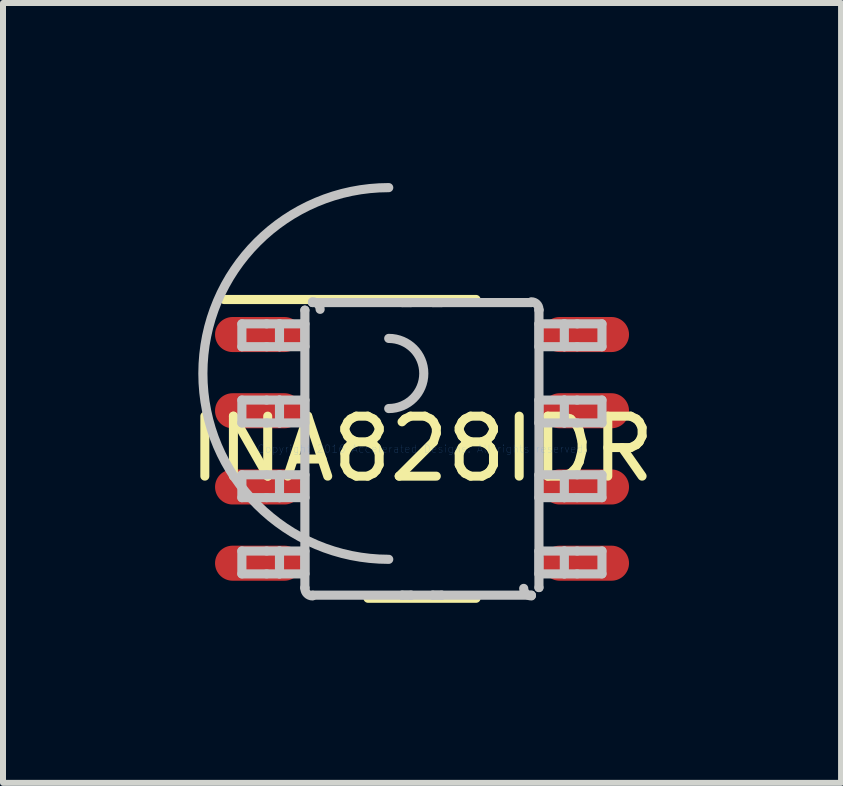
<source format=kicad_pcb>
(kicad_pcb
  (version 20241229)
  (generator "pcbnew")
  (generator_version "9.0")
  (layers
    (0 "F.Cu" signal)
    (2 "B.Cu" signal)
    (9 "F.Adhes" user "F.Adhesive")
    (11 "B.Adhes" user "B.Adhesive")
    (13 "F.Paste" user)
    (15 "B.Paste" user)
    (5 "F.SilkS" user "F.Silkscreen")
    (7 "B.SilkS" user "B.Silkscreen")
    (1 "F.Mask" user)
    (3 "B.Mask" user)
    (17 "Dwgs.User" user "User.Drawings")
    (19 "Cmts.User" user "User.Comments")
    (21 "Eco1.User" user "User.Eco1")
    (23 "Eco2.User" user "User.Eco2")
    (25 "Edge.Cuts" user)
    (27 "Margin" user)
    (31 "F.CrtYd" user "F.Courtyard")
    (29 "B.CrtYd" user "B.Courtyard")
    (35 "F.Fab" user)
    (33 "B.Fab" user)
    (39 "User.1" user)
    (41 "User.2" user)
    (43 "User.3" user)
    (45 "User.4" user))
  (footprint "INA828IDR"
    (layer "F.Cu")
    (at 3.982 4.429)
    (property "Reference" "INA828IDR" (at 0 0 0) (layer "F.SilkS") (effects (font (size 1 1) (thickness 0.15))))
    (attr through_hole)
    (fp_line (start -3.3 -2.489) (end 0.9 -2.489) (stroke (width 0.152) (type solid)) (layer "F.SilkS"))
    (fp_line (start -0.9 2.489) (end 0.9 2.489) (stroke (width 0.152) (type solid)) (layer "F.SilkS"))
    (fp_line (start -3.002 -2.083) (end -2.589 -2.083) (stroke (width 0.152) (type solid)) (layer "Dwgs.User"))
    (fp_line (start -3.002 -1.702) (end -3.002 -2.083) (stroke (width 0.152) (type solid)) (layer "Dwgs.User"))
    (fp_line (start -3.002 -1.702) (end -2.589 -1.702) (stroke (width 0.152) (type solid)) (layer "Dwgs.User"))
    (fp_line (start -3.002 -0.813) (end -2.589 -0.813) (stroke (width 0.152) (type solid)) (layer "Dwgs.User"))
    (fp_line (start -3.002 -0.432) (end -3.002 -0.813) (stroke (width 0.152) (type solid)) (layer "Dwgs.User"))
    (fp_line (start -3.002 -0.432) (end -2.589 -0.432) (stroke (width 0.152) (type solid)) (layer "Dwgs.User"))
    (fp_line (start -3.002 0.432) (end -2.589 0.432) (stroke (width 0.152) (type solid)) (layer "Dwgs.User"))
    (fp_line (start -3.002 0.813) (end -3.002 0.432) (stroke (width 0.152) (type solid)) (layer "Dwgs.User"))
    (fp_line (start -3.002 0.813) (end -2.589 0.813) (stroke (width 0.152) (type solid)) (layer "Dwgs.User"))
    (fp_line (start -3.002 1.702) (end -2.589 1.702) (stroke (width 0.152) (type solid)) (layer "Dwgs.User"))
    (fp_line (start -3.002 2.083) (end -3.002 1.702) (stroke (width 0.152) (type solid)) (layer "Dwgs.User"))
    (fp_line (start -3.002 2.083) (end -2.589 2.083) (stroke (width 0.152) (type solid)) (layer "Dwgs.User"))
    (fp_line (start -2.589 -2.083) (end -2.375 -2.083) (stroke (width 0.152) (type solid)) (layer "Dwgs.User"))
    (fp_line (start -2.589 -1.702) (end -2.375 -1.702) (stroke (width 0.152) (type solid)) (layer "Dwgs.User"))
    (fp_line (start -2.589 -0.813) (end -2.375 -0.813) (stroke (width 0.152) (type solid)) (layer "Dwgs.User"))
    (fp_line (start -2.589 -0.432) (end -2.375 -0.432) (stroke (width 0.152) (type solid)) (layer "Dwgs.User"))
    (fp_line (start -2.589 0.432) (end -2.375 0.432) (stroke (width 0.152) (type solid)) (layer "Dwgs.User"))
    (fp_line (start -2.589 0.813) (end -2.375 0.813) (stroke (width 0.152) (type solid)) (layer "Dwgs.User"))
    (fp_line (start -2.589 1.702) (end -2.375 1.702) (stroke (width 0.152) (type solid)) (layer "Dwgs.User"))
    (fp_line (start -2.589 2.083) (end -2.375 2.083) (stroke (width 0.152) (type solid)) (layer "Dwgs.User"))
    (fp_line (start -2.375 -2.083) (end -1.995 -2.083) (stroke (width 0.152) (type solid)) (layer "Dwgs.User"))
    (fp_line (start -2.375 -1.702) (end -2.375 -2.083) (stroke (width 0.152) (type solid)) (layer "Dwgs.User"))
    (fp_line (start -2.375 -1.702) (end -1.995 -1.702) (stroke (width 0.152) (type solid)) (layer "Dwgs.User"))
    (fp_line (start -2.375 -0.813) (end -1.995 -0.813) (stroke (width 0.152) (type solid)) (layer "Dwgs.User"))
    (fp_line (start -2.375 -0.432) (end -2.375 -0.813) (stroke (width 0.152) (type solid)) (layer "Dwgs.User"))
    (fp_line (start -2.375 -0.432) (end -1.995 -0.432) (stroke (width 0.152) (type solid)) (layer "Dwgs.User"))
    (fp_line (start -2.375 0.432) (end -1.995 0.432) (stroke (width 0.152) (type solid)) (layer "Dwgs.User"))
    (fp_line (start -2.375 0.813) (end -2.375 0.432) (stroke (width 0.152) (type solid)) (layer "Dwgs.User"))
    (fp_line (start -2.375 0.813) (end -1.995 0.813) (stroke (width 0.152) (type solid)) (layer "Dwgs.User"))
    (fp_line (start -2.375 1.702) (end -1.995 1.702) (stroke (width 0.152) (type solid)) (layer "Dwgs.User"))
    (fp_line (start -2.375 2.083) (end -2.375 1.702) (stroke (width 0.152) (type solid)) (layer "Dwgs.User"))
    (fp_line (start -2.375 2.083) (end -1.995 2.083) (stroke (width 0.152) (type solid)) (layer "Dwgs.User"))
    (fp_line (start -1.995 -2.083) (end -1.952 -2.083) (stroke (width 0.152) (type solid)) (layer "Dwgs.User"))
    (fp_line (start -1.995 -1.702) (end -1.952 -1.702) (stroke (width 0.152) (type solid)) (layer "Dwgs.User"))
    (fp_line (start -1.995 -0.813) (end -1.952 -0.813) (stroke (width 0.152) (type solid)) (layer "Dwgs.User"))
    (fp_line (start -1.995 -0.432) (end -1.952 -0.432) (stroke (width 0.152) (type solid)) (layer "Dwgs.User"))
    (fp_line (start -1.995 0.432) (end -1.952 0.432) (stroke (width 0.152) (type solid)) (layer "Dwgs.User"))
    (fp_line (start -1.995 0.813) (end -1.952 0.813) (stroke (width 0.152) (type solid)) (layer "Dwgs.User"))
    (fp_line (start -1.995 1.702) (end -1.952 1.702) (stroke (width 0.152) (type solid)) (layer "Dwgs.User"))
    (fp_line (start -1.995 2.083) (end -1.952 2.083) (stroke (width 0.152) (type solid)) (layer "Dwgs.User"))
    (fp_line (start -1.952 -2.311) (end -1.952 -2.311) (stroke (width 0.152) (type solid)) (layer "Dwgs.User"))
    (fp_line (start -1.952 -1.702) (end -1.952 -2.083) (stroke (width 0.152) (type solid)) (layer "Dwgs.User"))
    (fp_line (start -1.952 -0.432) (end -1.952 -0.813) (stroke (width 0.152) (type solid)) (layer "Dwgs.User"))
    (fp_line (start -1.952 0.813) (end -1.952 0.432) (stroke (width 0.152) (type solid)) (layer "Dwgs.User"))
    (fp_line (start -1.952 2.083) (end -1.952 1.702) (stroke (width 0.152) (type solid)) (layer "Dwgs.User"))
    (fp_line (start -1.952 2.311) (end -1.952 -2.311) (stroke (width 0.152) (type solid)) (layer "Dwgs.User"))
    (fp_line (start -1.952 2.311) (end -1.952 2.311) (stroke (width 0.152) (type solid)) (layer "Dwgs.User"))
    (fp_line (start -1.826 -2.438) (end -1.825 -2.438) (stroke (width 0.152) (type solid)) (layer "Dwgs.User"))
    (fp_line (start -1.826 2.438) (end -1.825 2.438) (stroke (width 0.152) (type solid)) (layer "Dwgs.User"))
    (fp_line (start -1.825 -2.438) (end -0.332 -2.438) (stroke (width 0.152) (type solid)) (layer "Dwgs.User"))
    (fp_line (start -1.825 2.438) (end -0.332 2.438) (stroke (width 0.152) (type solid)) (layer "Dwgs.User"))
    (fp_line (start -0.332 -2.438) (end -0.182 -2.438) (stroke (width 0.152) (type solid)) (layer "Dwgs.User"))
    (fp_line (start -0.332 -2.438) (end -0.182 -2.438) (stroke (width 0.152) (type solid)) (layer "Dwgs.User"))
    (fp_line (start -0.332 2.438) (end -0.182 2.438) (stroke (width 0.152) (type solid)) (layer "Dwgs.User"))
    (fp_line (start -0.332 2.438) (end -0.182 2.438) (stroke (width 0.152) (type solid)) (layer "Dwgs.User"))
    (fp_line (start -0.182 -2.438) (end 0.178 -2.438) (stroke (width 0.152) (type solid)) (layer "Dwgs.User"))
    (fp_line (start -0.182 2.438) (end 0.178 2.438) (stroke (width 0.152) (type solid)) (layer "Dwgs.User"))
    (fp_line (start 0.178 -2.438) (end 0.328 -2.438) (stroke (width 0.152) (type solid)) (layer "Dwgs.User"))
    (fp_line (start 0.178 -2.438) (end 0.328 -2.438) (stroke (width 0.152) (type solid)) (layer "Dwgs.User"))
    (fp_line (start 0.178 2.438) (end 0.328 2.438) (stroke (width 0.152) (type solid)) (layer "Dwgs.User"))
    (fp_line (start 0.178 2.438) (end 0.328 2.438) (stroke (width 0.152) (type solid)) (layer "Dwgs.User"))
    (fp_line (start 0.328 -2.438) (end 1.821 -2.438) (stroke (width 0.152) (type solid)) (layer "Dwgs.User"))
    (fp_line (start 0.328 2.438) (end 1.821 2.438) (stroke (width 0.152) (type solid)) (layer "Dwgs.User"))
    (fp_line (start 1.821 -2.438) (end 1.822 -2.438) (stroke (width 0.152) (type solid)) (layer "Dwgs.User"))
    (fp_line (start 1.821 2.438) (end 1.822 2.438) (stroke (width 0.152) (type solid)) (layer "Dwgs.User"))
    (fp_line (start 1.948 -2.311) (end 1.948 -2.311) (stroke (width 0.152) (type solid)) (layer "Dwgs.User"))
    (fp_line (start 1.948 -2.083) (end 1.991 -2.083) (stroke (width 0.152) (type solid)) (layer "Dwgs.User"))
    (fp_line (start 1.948 -1.702) (end 1.948 -2.083) (stroke (width 0.152) (type solid)) (layer "Dwgs.User"))
    (fp_line (start 1.948 -1.702) (end 1.991 -1.702) (stroke (width 0.152) (type solid)) (layer "Dwgs.User"))
    (fp_line (start 1.948 -0.813) (end 1.991 -0.813) (stroke (width 0.152) (type solid)) (layer "Dwgs.User"))
    (fp_line (start 1.948 -0.432) (end 1.948 -0.813) (stroke (width 0.152) (type solid)) (layer "Dwgs.User"))
    (fp_line (start 1.948 -0.432) (end 1.991 -0.432) (stroke (width 0.152) (type solid)) (layer "Dwgs.User"))
    (fp_line (start 1.948 0.432) (end 1.991 0.432) (stroke (width 0.152) (type solid)) (layer "Dwgs.User"))
    (fp_line (start 1.948 0.813) (end 1.948 0.432) (stroke (width 0.152) (type solid)) (layer "Dwgs.User"))
    (fp_line (start 1.948 0.813) (end 1.991 0.813) (stroke (width 0.152) (type solid)) (layer "Dwgs.User"))
    (fp_line (start 1.948 1.702) (end 1.991 1.702) (stroke (width 0.152) (type solid)) (layer "Dwgs.User"))
    (fp_line (start 1.948 2.083) (end 1.948 1.702) (stroke (width 0.152) (type solid)) (layer "Dwgs.User"))
    (fp_line (start 1.948 2.083) (end 1.991 2.083) (stroke (width 0.152) (type solid)) (layer "Dwgs.User"))
    (fp_line (start 1.948 2.311) (end 1.948 -2.311) (stroke (width 0.152) (type solid)) (layer "Dwgs.User"))
    (fp_line (start 1.948 2.311) (end 1.948 2.311) (stroke (width 0.152) (type solid)) (layer "Dwgs.User"))
    (fp_line (start 1.991 -2.083) (end 2.371 -2.083) (stroke (width 0.152) (type solid)) (layer "Dwgs.User"))
    (fp_line (start 1.991 -1.702) (end 2.371 -1.702) (stroke (width 0.152) (type solid)) (layer "Dwgs.User"))
    (fp_line (start 1.991 -0.813) (end 2.371 -0.813) (stroke (width 0.152) (type solid)) (layer "Dwgs.User"))
    (fp_line (start 1.991 -0.432) (end 2.371 -0.432) (stroke (width 0.152) (type solid)) (layer "Dwgs.User"))
    (fp_line (start 1.991 0.432) (end 2.371 0.432) (stroke (width 0.152) (type solid)) (layer "Dwgs.User"))
    (fp_line (start 1.991 0.813) (end 2.371 0.813) (stroke (width 0.152) (type solid)) (layer "Dwgs.User"))
    (fp_line (start 1.991 1.702) (end 2.371 1.702) (stroke (width 0.152) (type solid)) (layer "Dwgs.User"))
    (fp_line (start 1.991 2.083) (end 2.371 2.083) (stroke (width 0.152) (type solid)) (layer "Dwgs.User"))
    (fp_line (start 2.371 -2.083) (end 2.585 -2.083) (stroke (width 0.152) (type solid)) (layer "Dwgs.User"))
    (fp_line (start 2.371 -1.702) (end 2.371 -2.083) (stroke (width 0.152) (type solid)) (layer "Dwgs.User"))
    (fp_line (start 2.371 -1.702) (end 2.585 -1.702) (stroke (width 0.152) (type solid)) (layer "Dwgs.User"))
    (fp_line (start 2.371 -0.813) (end 2.585 -0.813) (stroke (width 0.152) (type solid)) (layer "Dwgs.User"))
    (fp_line (start 2.371 -0.432) (end 2.371 -0.813) (stroke (width 0.152) (type solid)) (layer "Dwgs.User"))
    (fp_line (start 2.371 -0.432) (end 2.585 -0.432) (stroke (width 0.152) (type solid)) (layer "Dwgs.User"))
    (fp_line (start 2.371 0.432) (end 2.585 0.432) (stroke (width 0.152) (type solid)) (layer "Dwgs.User"))
    (fp_line (start 2.371 0.813) (end 2.371 0.432) (stroke (width 0.152) (type solid)) (layer "Dwgs.User"))
    (fp_line (start 2.371 0.813) (end 2.585 0.813) (stroke (width 0.152) (type solid)) (layer "Dwgs.User"))
    (fp_line (start 2.371 1.702) (end 2.585 1.702) (stroke (width 0.152) (type solid)) (layer "Dwgs.User"))
    (fp_line (start 2.371 2.083) (end 2.371 1.702) (stroke (width 0.152) (type solid)) (layer "Dwgs.User"))
    (fp_line (start 2.371 2.083) (end 2.585 2.083) (stroke (width 0.152) (type solid)) (layer "Dwgs.User"))
    (fp_line (start 2.585 -2.083) (end 2.998 -2.083) (stroke (width 0.152) (type solid)) (layer "Dwgs.User"))
    (fp_line (start 2.585 -1.702) (end 2.998 -1.702) (stroke (width 0.152) (type solid)) (layer "Dwgs.User"))
    (fp_line (start 2.585 -0.813) (end 2.998 -0.813) (stroke (width 0.152) (type solid)) (layer "Dwgs.User"))
    (fp_line (start 2.585 -0.432) (end 2.998 -0.432) (stroke (width 0.152) (type solid)) (layer "Dwgs.User"))
    (fp_line (start 2.585 0.432) (end 2.998 0.432) (stroke (width 0.152) (type solid)) (layer "Dwgs.User"))
    (fp_line (start 2.585 0.813) (end 2.998 0.813) (stroke (width 0.152) (type solid)) (layer "Dwgs.User"))
    (fp_line (start 2.585 1.702) (end 2.998 1.702) (stroke (width 0.152) (type solid)) (layer "Dwgs.User"))
    (fp_line (start 2.585 2.083) (end 2.998 2.083) (stroke (width 0.152) (type solid)) (layer "Dwgs.User"))
    (fp_line (start 2.998 -1.702) (end 2.998 -2.083) (stroke (width 0.152) (type solid)) (layer "Dwgs.User"))
    (fp_line (start 2.998 -0.432) (end 2.998 -0.813) (stroke (width 0.152) (type solid)) (layer "Dwgs.User"))
    (fp_line (start 2.998 0.813) (end 2.998 0.432) (stroke (width 0.152) (type solid)) (layer "Dwgs.User"))
    (fp_line (start 2.998 2.083) (end 2.998 1.702) (stroke (width 0.152) (type solid)) (layer "Dwgs.User"))
    (fp_arc (start -1.824998 -2.449998) (mid -1.735865 -2.413465) (end -1.698012 -2.324884) (stroke (width 0.1524) (type solid)) (layer "Dwgs.User"))
    (fp_arc (start -1.824998 2.449987) (mid -1.914131 2.413454) (end -1.951984 2.324873) (stroke (width 0.1524) (type solid)) (layer "Dwgs.User"))
    (fp_arc (start -0.555 -1.8404) (mid 0.0292 -1.2562) (end -0.555 -0.672) (stroke (width 0.1524) (type solid)) (layer "Dwgs.User"))
    (fp_arc (start -0.555 1.8404) (mid -3.6516 -1.2562) (end -0.555 -4.3528) (stroke (width 0.1524) (type solid)) (layer "Dwgs.User"))
    (fp_arc (start 1.820989 -2.449998) (mid 1.910122 -2.413465) (end 1.947975 -2.324884) (stroke (width 0.1524) (type solid)) (layer "Dwgs.User"))
    (fp_arc (start 1.820989 2.449987) (mid 1.731856 2.413454) (end 1.694003 2.324873) (stroke (width 0.1524) (type solid)) (layer "Dwgs.User"))
    (fp_text user "Copyright 2016 Accelerated Designs. All rights reserved." (at 0 0 0) (layer "Cmts.User") (effects (font (size 0.127 0.127) (thickness 0.002))))
    (pad "1" smd oval (at -2.725 -1.905 90) (size 0.584 1.448) (layers "F.Cu" "F.Mask" "F.Paste"))
    (pad "2" smd oval (at -2.725 -0.635 90) (size 0.584 1.448) (layers "F.Cu" "F.Mask" "F.Paste"))
    (pad "3" smd oval (at -2.725 0.635 90) (size 0.584 1.448) (layers "F.Cu" "F.Mask" "F.Paste"))
    (pad "4" smd oval (at -2.725 1.905 90) (size 0.584 1.448) (layers "F.Cu" "F.Mask" "F.Paste"))
    (pad "5" smd oval (at 2.725 1.905 90) (size 0.584 1.448) (layers "F.Cu" "F.Mask" "F.Paste"))
    (pad "6" smd oval (at 2.725 0.635 90) (size 0.584 1.448) (layers "F.Cu" "F.Mask" "F.Paste"))
    (pad "7" smd oval (at 2.725 -0.635 90) (size 0.584 1.448) (layers "F.Cu" "F.Mask" "F.Paste"))
    (pad "8" smd oval (at 2.725 -1.905 90) (size 0.584 1.448) (layers "F.Cu" "F.Mask" "F.Paste")))
  (gr_rect
    (start -3 -3)
    (end 10.964 9.994)
    (stroke (width 0.1) (type default))
    (fill no)
    (layer "Edge.Cuts")))
</source>
